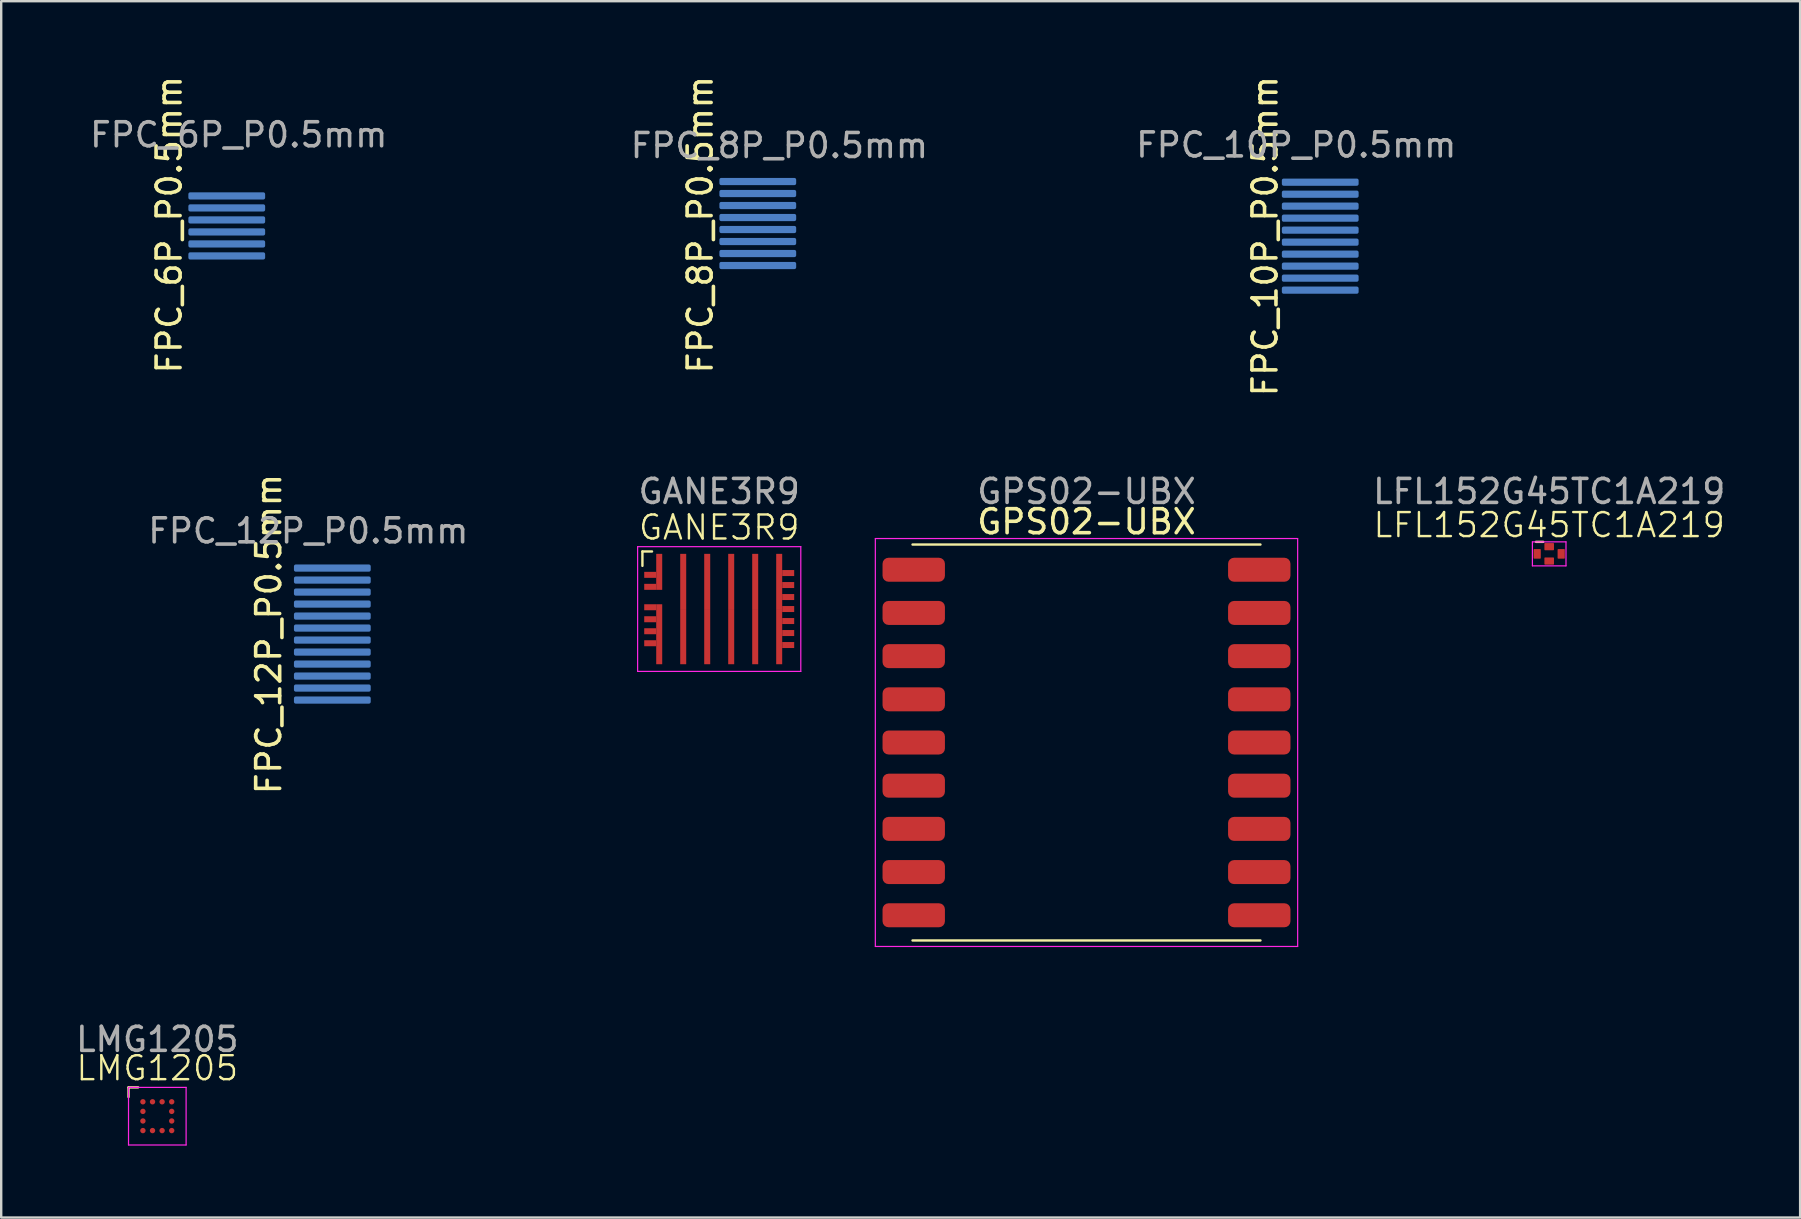
<source format=kicad_pcb>
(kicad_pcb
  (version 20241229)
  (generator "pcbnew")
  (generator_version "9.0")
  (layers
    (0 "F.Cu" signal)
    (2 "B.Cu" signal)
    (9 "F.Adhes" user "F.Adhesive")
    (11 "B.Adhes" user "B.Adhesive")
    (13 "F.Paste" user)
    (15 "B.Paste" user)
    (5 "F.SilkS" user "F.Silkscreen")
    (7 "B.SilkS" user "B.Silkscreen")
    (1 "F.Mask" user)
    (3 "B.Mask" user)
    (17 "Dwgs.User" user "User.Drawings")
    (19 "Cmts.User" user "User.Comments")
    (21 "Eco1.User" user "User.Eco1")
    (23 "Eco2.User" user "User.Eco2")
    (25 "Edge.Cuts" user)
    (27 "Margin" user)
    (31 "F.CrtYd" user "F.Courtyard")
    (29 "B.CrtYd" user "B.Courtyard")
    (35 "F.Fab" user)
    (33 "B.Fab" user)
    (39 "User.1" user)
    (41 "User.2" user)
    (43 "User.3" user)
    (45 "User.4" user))
  (footprint "FPC_6P_P0.5mm"
    (layer "F.Cu")
    (at 6.9 5.115)
    (property "Reference" "FPC_6P_P0.5mm" (at -2.9 1.2 90) (unlocked yes) (layer "F.SilkS") (effects (font (size 1 1) (thickness 0.15))))
    (attr exclude_from_bom)
    (fp_line (start -4.9 -0.5) (end -4.9 3) (stroke (width 0.1) (type default)) (layer "User.1"))
    (fp_line (start -4.9 -0.5) (end 1.1 -0.5) (stroke (width 0.1) (type default)) (layer "User.1"))
    (fp_line (start -4.9 3) (end 1.1 3) (stroke (width 0.1) (type default)) (layer "User.1"))
    (fp_line (start 1.1 -0.5) (end 1.1 3) (stroke (width 0.1) (type default)) (layer "User.1"))
    (fp_text user "${REFERENCE}" (at 0 -2.546 0) (unlocked yes) (layer "F.Fab") (effects (font (size 1 1) (thickness 0.15))))
    (fp_text user "Stiffener: Polymide" (at -6.9 4.5 0) (unlocked yes) (layer "User.1") (effects (font (size 1 1) (thickness 0.15)) (justify left bottom)))
    (fp_text user "Thickness: 0.2mm" (at -6.5 6 0) (unlocked yes) (layer "User.1") (effects (font (size 1 1) (thickness 0.15)) (justify left bottom)))
    (pad "1" connect roundrect (at -0.5 0) (size 3.2 0.3) (layers "B.Cu" "B.Mask") (roundrect_rratio 0.25))
    (pad "2" connect roundrect (at -0.5 0.5) (size 3.2 0.3) (layers "B.Cu" "B.Mask") (roundrect_rratio 0.25))
    (pad "3" connect roundrect (at -0.5 1) (size 3.2 0.3) (layers "B.Cu" "B.Mask") (roundrect_rratio 0.25))
    (pad "4" connect roundrect (at -0.5 1.5) (size 3.2 0.3) (layers "B.Cu" "B.Mask") (roundrect_rratio 0.25))
    (pad "5" connect roundrect (at -0.5 2) (size 3.2 0.3) (layers "B.Cu" "B.Mask") (roundrect_rratio 0.25))
    (pad "6" connect roundrect (at -0.5 2.5) (size 3.2 0.3) (layers "B.Cu" "B.Mask") (roundrect_rratio 0.25)))
  (footprint "FPC_12P_P0.5mm"
    (layer "F.Cu")
    (at 12.4 20.125)
    (property "Reference" "FPC_12P_P0.5mm" (at -4.25 3.25 90) (unlocked yes) (layer "F.SilkS") (effects (font (size 1 1) (thickness 0.15))))
    (attr smd exclude_from_bom)
    (fp_line (start -6 0) (end -6 6.5) (stroke (width 0.1) (type default)) (layer "User.1"))
    (fp_line (start -6 0) (end 0 0) (stroke (width 0.1) (type default)) (layer "User.1"))
    (fp_line (start -6 6.5) (end 0 6.5) (stroke (width 0.1) (type default)) (layer "User.1"))
    (fp_line (start 0 0) (end 0 6.5) (stroke (width 0.1) (type default)) (layer "User.1"))
    (fp_text user "${REFERENCE}" (at -2.6 -1.05 0) (unlocked yes) (layer "F.Fab") (effects (font (size 1 1) (thickness 0.15))))
    (fp_text user "Stiffener: Polymide 0.2mm" (at -12.4 8.25 0) (unlocked yes) (layer "User.1") (effects (font (size 1 1) (thickness 0.15)) (justify left bottom)))
    (fp_text user "Total Thickness: 0.31mm" (at -11.6 9.65 0) (unlocked yes) (layer "User.1") (effects (font (size 1 1) (thickness 0.15)) (justify left bottom)))
    (pad "1" connect roundrect (at -1.6 0.5) (size 3.2 0.3) (layers "B.Cu" "B.Mask") (roundrect_rratio 0.25))
    (pad "2" connect roundrect (at -1.6 1) (size 3.2 0.3) (layers "B.Cu" "B.Mask") (roundrect_rratio 0.25))
    (pad "3" connect roundrect (at -1.6 1.5) (size 3.2 0.3) (layers "B.Cu" "B.Mask") (roundrect_rratio 0.25))
    (pad "4" connect roundrect (at -1.6 2) (size 3.2 0.3) (layers "B.Cu" "B.Mask") (roundrect_rratio 0.25))
    (pad "5" connect roundrect (at -1.6 2.5) (size 3.2 0.3) (layers "B.Cu" "B.Mask") (roundrect_rratio 0.25))
    (pad "6" connect roundrect (at -1.6 3) (size 3.2 0.3) (layers "B.Cu" "B.Mask") (roundrect_rratio 0.25))
    (pad "7" connect roundrect (at -1.6 3.5) (size 3.2 0.3) (layers "B.Cu" "B.Mask") (roundrect_rratio 0.25))
    (pad "8" connect roundrect (at -1.6 4) (size 3.2 0.3) (layers "B.Cu" "B.Mask") (roundrect_rratio 0.25))
    (pad "9" connect roundrect (at -1.6 4.5) (size 3.2 0.3) (layers "B.Cu" "B.Mask") (roundrect_rratio 0.25))
    (pad "10" connect roundrect (at -1.6 5) (size 3.2 0.3) (layers "B.Cu" "B.Mask") (roundrect_rratio 0.25))
    (pad "11" connect roundrect (at -1.6 5.5) (size 3.2 0.3) (layers "B.Cu" "B.Mask") (roundrect_rratio 0.25))
    (pad "12" connect roundrect (at -1.6 6) (size 3.2 0.3) (layers "B.Cu" "B.Mask") (roundrect_rratio 0.25)))
  (footprint "LMG1205"
    (layer "F.Cu")
    (at 3.506 43.467)
    (property "Reference" "LMG1205" (at 0 -2 0) (unlocked yes) (layer "F.SilkS") (effects (font (size 1 1) (thickness 0.1))))
    (attr smd)
    (fp_line (start -1.2 -1.2) (end -1.2 -0.8) (stroke (width 0.1) (type default)) (layer "F.SilkS"))
    (fp_line (start -0.8 -1.2) (end -1.2 -1.2) (stroke (width 0.1) (type default)) (layer "F.SilkS"))
    (fp_line (start -1.2 -1.2) (end 1.2 -1.2) (stroke (width 0.05) (type default)) (layer "F.CrtYd"))
    (fp_line (start -1.2 1.2) (end -1.2 -1.2) (stroke (width 0.05) (type default)) (layer "F.CrtYd"))
    (fp_line (start 1.2 -1.2) (end 1.2 1.2) (stroke (width 0.05) (type default)) (layer "F.CrtYd"))
    (fp_line (start 1.2 1.2) (end -1.2 1.2) (stroke (width 0.05) (type default)) (layer "F.CrtYd"))
    (fp_text user "${REFERENCE}" (at 0 -3.2 0) (unlocked yes) (layer "F.Fab") (effects (font (size 1 1) (thickness 0.15))))
    (pad "A1" smd circle (at -0.6 -0.6) (size 0.225 0.225) (property pad_prop_bga) (layers "F.Cu" "F.Mask" "F.Paste"))
    (pad "A2" smd circle (at -0.2 -0.6) (size 0.225 0.225) (property pad_prop_bga) (layers "F.Cu" "F.Mask" "F.Paste"))
    (pad "A3" smd circle (at 0.2 -0.6) (size 0.225 0.225) (property pad_prop_bga) (layers "F.Cu" "F.Mask" "F.Paste"))
    (pad "A4" smd circle (at 0.6 -0.6) (size 0.225 0.225) (property pad_prop_bga) (layers "F.Cu" "F.Mask" "F.Paste"))
    (pad "B1" smd circle (at -0.6 -0.2) (size 0.225 0.225) (property pad_prop_bga) (layers "F.Cu" "F.Mask" "F.Paste"))
    (pad "B4" smd circle (at 0.6 -0.2) (size 0.225 0.225) (property pad_prop_bga) (layers "F.Cu" "F.Mask" "F.Paste"))
    (pad "C1" smd circle (at -0.6 0.2) (size 0.225 0.225) (property pad_prop_bga) (layers "F.Cu" "F.Mask" "F.Paste"))
    (pad "C4" smd circle (at 0.6 0.2) (size 0.225 0.225) (property pad_prop_bga) (layers "F.Cu" "F.Mask" "F.Paste"))
    (pad "D1" smd circle (at -0.6 0.6) (size 0.225 0.225) (property pad_prop_bga) (layers "F.Cu" "F.Mask" "F.Paste"))
    (pad "D2" smd circle (at -0.2 0.6) (size 0.225 0.225) (property pad_prop_bga) (layers "F.Cu" "F.Mask" "F.Paste"))
    (pad "D3" smd circle (at 0.2 0.6) (size 0.225 0.225) (property pad_prop_bga) (layers "F.Cu" "F.Mask" "F.Paste"))
    (pad "D4" smd circle (at 0.6 0.6) (size 0.225 0.225) (property pad_prop_bga) (layers "F.Cu" "F.Mask" "F.Paste")))
  (footprint "FPC_10P_P0.5mm"
    (layer "F.Cu")
    (at 53.571 4.042)
    (property "Reference" "FPC_10P_P0.5mm" (at -3.9 2.75 90) (unlocked yes) (layer "F.SilkS") (effects (font (size 1 1) (thickness 0.15))))
    (attr smd)
    (fp_line (start -6 0) (end -6 5.5) (stroke (width 0.1) (type default)) (layer "User.1"))
    (fp_line (start -6 0) (end 0 0) (stroke (width 0.1) (type default)) (layer "User.1"))
    (fp_line (start -6 5.5) (end 0 5.5) (stroke (width 0.1) (type default)) (layer "User.1"))
    (fp_line (start 0 0) (end 0 5.5) (stroke (width 0.1) (type default)) (layer "User.1"))
    (fp_text user "${REFERENCE}" (at -2.6 -1.05 0) (unlocked yes) (layer "F.Fab") (effects (font (size 1 1) (thickness 0.15))))
    (fp_text user "Total Thickness: 0.31mm" (at -11.7 8.4 0) (unlocked yes) (layer "User.1") (effects (font (size 1 1) (thickness 0.15)) (justify left bottom)))
    (fp_text user "Stiffener: Polymide 0.2mm" (at -12.5 7 0) (unlocked yes) (layer "User.1") (effects (font (size 1 1) (thickness 0.15)) (justify left bottom)))
    (pad "1" connect roundrect (at -1.6 0.5) (size 3.2 0.3) (layers "B.Cu" "B.Mask") (roundrect_rratio 0.25))
    (pad "2" connect roundrect (at -1.6 1) (size 3.2 0.3) (layers "B.Cu" "B.Mask") (roundrect_rratio 0.25))
    (pad "3" connect roundrect (at -1.6 1.5) (size 3.2 0.3) (layers "B.Cu" "B.Mask") (roundrect_rratio 0.25))
    (pad "4" connect roundrect (at -1.6 2) (size 3.2 0.3) (layers "B.Cu" "B.Mask") (roundrect_rratio 0.25))
    (pad "5" connect roundrect (at -1.6 2.5) (size 3.2 0.3) (layers "B.Cu" "B.Mask") (roundrect_rratio 0.25))
    (pad "6" connect roundrect (at -1.6 3) (size 3.2 0.3) (layers "B.Cu" "B.Mask") (roundrect_rratio 0.25))
    (pad "7" connect roundrect (at -1.6 3.5) (size 3.2 0.3) (layers "B.Cu" "B.Mask") (roundrect_rratio 0.25))
    (pad "8" connect roundrect (at -1.6 4) (size 3.2 0.3) (layers "B.Cu" "B.Mask") (roundrect_rratio 0.25))
    (pad "9" connect roundrect (at -1.6 4.5) (size 3.2 0.3) (layers "B.Cu" "B.Mask") (roundrect_rratio 0.25))
    (pad "10" connect roundrect (at -1.6 5) (size 3.2 0.3) (layers "B.Cu" "B.Mask") (roundrect_rratio 0.25)))
  (footprint "GANE3R9"
    (layer "F.Cu")
    (at 26.923 22.332)
    (property "Reference" "GANE3R9" (at 0 -3.4 0) (unlocked yes) (layer "F.SilkS") (effects (font (size 1 1) (thickness 0.1))))
    (attr smd)
    (fp_line (start -3.2 -2.4) (end -2.8 -2.4) (stroke (width 0.1) (type default)) (layer "F.SilkS"))
    (fp_line (start -3.2 -1.8) (end -3.2 -2.4) (stroke (width 0.1) (type default)) (layer "F.SilkS"))
    (fp_line (start -3.4 -2.6) (end 3.4 -2.6) (stroke (width 0.05) (type default)) (layer "F.CrtYd"))
    (fp_line (start -3.4 2.6) (end -3.4 -2.6) (stroke (width 0.05) (type default)) (layer "F.CrtYd"))
    (fp_line (start 3.4 -2.6) (end 3.4 2.6) (stroke (width 0.05) (type default)) (layer "F.CrtYd"))
    (fp_line (start 3.4 2.6) (end -3.4 2.6) (stroke (width 0.05) (type default)) (layer "F.CrtYd"))
    (fp_text user "${REFERENCE}" (at 0 -4.9 0) (unlocked yes) (layer "F.Fab") (effects (font (size 1 1) (thickness 0.15))))
    (pad "1" smd rect (at -2.875 -1.425) (size 0.5 0.25) (property pad_prop_bga) (layers "F.Cu" "F.Mask" "F.Paste"))
    (pad "2" smd rect (at -2.875 -0.925) (size 0.5 0.25) (property pad_prop_bga) (layers "F.Cu" "F.Mask" "F.Paste"))
    (pad "3" smd rect (at -2.875 -0.075) (size 0.5 0.25) (property pad_prop_bga) (layers "F.Cu" "F.Mask" "F.Paste"))
    (pad "4" smd rect (at -2.875 0.425) (size 0.5 0.25) (property pad_prop_bga) (layers "F.Cu" "F.Mask" "F.Paste"))
    (pad "5" smd rect (at -2.875 0.925) (size 0.5 0.25) (property pad_prop_bga) (layers "F.Cu" "F.Mask" "F.Paste"))
    (pad "6" smd rect (at -2.875 1.425) (size 0.5 0.25) (property pad_prop_bga) (layers "F.Cu" "F.Mask" "F.Paste"))
    (pad "7" smd rect (at -2.5 1.05 90) (size 2.5 0.25) (property pad_prop_bga) (layers "F.Cu" "F.Mask" "F.Paste"))
    (pad "8" smd rect (at -1.5 1.15 90) (size 2.3 0.25) (property pad_prop_bga) (layers "F.Cu" "F.Mask" "F.Paste"))
    (pad "9" smd rect (at -0.5 1.15 90) (size 2.3 0.25) (property pad_prop_bga) (layers "F.Cu" "F.Mask" "F.Paste"))
    (pad "10" smd rect (at 0.5 1.15 90) (size 2.3 0.25) (property pad_prop_bga) (layers "F.Cu" "F.Mask" "F.Paste"))
    (pad "11" smd rect (at 1.5 1.15 90) (size 2.3 0.25) (property pad_prop_bga) (layers "F.Cu" "F.Mask" "F.Paste"))
    (pad "12" smd rect (at 2.5 1.15 90) (size 2.3 0.25) (property pad_prop_bga) (layers "F.Cu" "F.Mask" "F.Paste"))
    (pad "13" smd rect (at 2.875 1.5 180) (size 0.5 0.25) (property pad_prop_bga) (layers "F.Cu" "F.Mask" "F.Paste"))
    (pad "14" smd rect (at 2.875 1 180) (size 0.5 0.25) (property pad_prop_bga) (layers "F.Cu" "F.Mask" "F.Paste"))
    (pad "15" smd rect (at 2.875 0.5 180) (size 0.5 0.25) (property pad_prop_bga) (layers "F.Cu" "F.Mask" "F.Paste"))
    (pad "16" smd rect (at 2.875 0 180) (size 0.5 0.25) (property pad_prop_bga) (layers "F.Cu" "F.Mask" "F.Paste"))
    (pad "17" smd rect (at 2.875 -0.5 180) (size 0.5 0.25) (property pad_prop_bga) (layers "F.Cu" "F.Mask" "F.Paste"))
    (pad "18" smd rect (at 2.875 -1 180) (size 0.5 0.25) (property pad_prop_bga) (layers "F.Cu" "F.Mask" "F.Paste"))
    (pad "19" smd rect (at 2.875 -1.5 180) (size 0.5 0.25) (property pad_prop_bga) (layers "F.Cu" "F.Mask" "F.Paste"))
    (pad "20" smd rect (at 2.5 -1.15 270) (size 2.3 0.25) (property pad_prop_bga) (layers "F.Cu" "F.Mask" "F.Paste"))
    (pad "21" smd rect (at 1.5 -1.15 270) (size 2.3 0.25) (property pad_prop_bga) (layers "F.Cu" "F.Mask" "F.Paste"))
    (pad "22" smd rect (at 0.5 -1.15 270) (size 2.3 0.25) (property pad_prop_bga) (layers "F.Cu" "F.Mask" "F.Paste"))
    (pad "23" smd rect (at -0.5 -1.15 270) (size 2.3 0.25) (property pad_prop_bga) (layers "F.Cu" "F.Mask" "F.Paste"))
    (pad "24" smd rect (at -1.5 -1.15 270) (size 2.3 0.25) (property pad_prop_bga) (layers "F.Cu" "F.Mask" "F.Paste"))
    (pad "25" smd rect (at -2.5 -1.55 270) (size 1.5 0.25) (property pad_prop_bga) (layers "F.Cu" "F.Mask" "F.Paste")))
  (footprint "GPS02-UBX"
    (layer "F.Cu")
    (at 42.23 27.894)
    (property "Reference" "GPS02-UBX" (at 0 -9.2 0) (unlocked yes) (layer "F.SilkS") (effects (font (size 1 1) (thickness 0.15))))
    (attr smd)
    (fp_line (start 7.25 -8.25) (end -7.25 -8.25) (stroke (width 0.1) (type default)) (layer "F.SilkS"))
    (fp_line (start 7.25 8.25) (end -7.25 8.25) (stroke (width 0.1) (type default)) (layer "F.SilkS"))
    (fp_line (start -8.8 -8.5) (end 8.8 -8.5) (stroke (width 0.05) (type default)) (layer "F.CrtYd"))
    (fp_line (start -8.8 8.5) (end -8.8 -8.5) (stroke (width 0.05) (type default)) (layer "F.CrtYd"))
    (fp_line (start 8.8 -8.5) (end 8.8 8.5) (stroke (width 0.05) (type default)) (layer "F.CrtYd"))
    (fp_line (start 8.8 8.5) (end -8.8 8.5) (stroke (width 0.05) (type default)) (layer "F.CrtYd"))
    (fp_text user "${REFERENCE}" (at 0 -10.462 0) (unlocked yes) (layer "F.Fab") (effects (font (size 1 1) (thickness 0.15))))
    (pad "1" smd roundrect (at -7.2 -7.2) (size 2.6 1) (layers "F.Cu" "F.Mask" "F.Paste") (roundrect_rratio 0.25))
    (pad "2" smd roundrect (at -7.2 -5.4) (size 2.6 1) (layers "F.Cu" "F.Mask" "F.Paste") (roundrect_rratio 0.25))
    (pad "3" smd roundrect (at -7.2 -3.6) (size 2.6 1) (layers "F.Cu" "F.Mask" "F.Paste") (roundrect_rratio 0.25))
    (pad "4" smd roundrect (at -7.2 -1.8) (size 2.6 1) (layers "F.Cu" "F.Mask" "F.Paste") (roundrect_rratio 0.25))
    (pad "5" smd roundrect (at -7.2 0) (size 2.6 1) (layers "F.Cu" "F.Mask" "F.Paste") (roundrect_rratio 0.25))
    (pad "6" smd roundrect (at -7.2 1.8) (size 2.6 1) (layers "F.Cu" "F.Mask" "F.Paste") (roundrect_rratio 0.25))
    (pad "7" smd roundrect (at -7.2 3.6) (size 2.6 1) (layers "F.Cu" "F.Mask" "F.Paste") (roundrect_rratio 0.25))
    (pad "8" smd roundrect (at -7.2 5.4) (size 2.6 1) (layers "F.Cu" "F.Mask" "F.Paste") (roundrect_rratio 0.25))
    (pad "9" smd roundrect (at -7.2 7.2) (size 2.6 1) (layers "F.Cu" "F.Mask" "F.Paste") (roundrect_rratio 0.25))
    (pad "10" smd roundrect (at 7.2 7.2) (size 2.6 1) (layers "F.Cu" "F.Mask" "F.Paste") (roundrect_rratio 0.25))
    (pad "11" smd roundrect (at 7.2 5.4) (size 2.6 1) (layers "F.Cu" "F.Mask" "F.Paste") (roundrect_rratio 0.25))
    (pad "12" smd roundrect (at 7.2 3.6) (size 2.6 1) (layers "F.Cu" "F.Mask" "F.Paste") (roundrect_rratio 0.25))
    (pad "13" smd roundrect (at 7.2 1.8) (size 2.6 1) (layers "F.Cu" "F.Mask" "F.Paste") (roundrect_rratio 0.25))
    (pad "14" smd roundrect (at 7.2 0) (size 2.6 1) (layers "F.Cu" "F.Mask" "F.Paste") (roundrect_rratio 0.25))
    (pad "15" smd roundrect (at 7.2 -1.8) (size 2.6 1) (layers "F.Cu" "F.Mask" "F.Paste") (roundrect_rratio 0.25))
    (pad "16" smd roundrect (at 7.2 -3.6) (size 2.6 1) (layers "F.Cu" "F.Mask" "F.Paste") (roundrect_rratio 0.25))
    (pad "17" smd roundrect (at 7.2 -5.4) (size 2.6 1) (layers "F.Cu" "F.Mask" "F.Paste") (roundrect_rratio 0.25))
    (pad "18" smd roundrect (at 7.2 -7.2) (size 2.6 1) (layers "F.Cu" "F.Mask" "F.Paste") (roundrect_rratio 0.25)))
  (footprint "FPC_8P_P0.5mm"
    (layer "F.Cu")
    (at 30.131 4.015)
    (property "Reference" "FPC_8P_P0.5mm" (at -4 2.3 90) (unlocked yes) (layer "F.SilkS") (effects (font (size 1 1) (thickness 0.15))))
    (attr smd)
    (fp_line (start -6 0) (end -6 4.5) (stroke (width 0.1) (type default)) (layer "User.1"))
    (fp_line (start -6 0) (end 0 0) (stroke (width 0.1) (type default)) (layer "User.1"))
    (fp_line (start -6 4.5) (end 0 4.5) (stroke (width 0.1) (type default)) (layer "User.1"))
    (fp_line (start 0 0) (end 0 4.5) (stroke (width 0.1) (type default)) (layer "User.1"))
    (fp_text user "${REFERENCE}" (at -0.7 -1 0) (unlocked yes) (layer "F.Fab") (effects (font (size 1 1) (thickness 0.15))))
    (fp_text user "Stiffener: Polymide 0.2mm" (at -12.5 5.9 0) (unlocked yes) (layer "User.1") (effects (font (size 1 1) (thickness 0.15)) (justify left bottom)))
    (fp_text user "Total Thickness: 0.31mm" (at -11.7 7.3 0) (unlocked yes) (layer "User.1") (effects (font (size 1 1) (thickness 0.15)) (justify left bottom)))
    (pad "1" connect roundrect (at -1.6 0.5) (size 3.2 0.3) (layers "B.Cu" "B.Mask") (roundrect_rratio 0.25))
    (pad "2" connect roundrect (at -1.6 1) (size 3.2 0.3) (layers "B.Cu" "B.Mask") (roundrect_rratio 0.25))
    (pad "3" connect roundrect (at -1.6 1.5) (size 3.2 0.3) (layers "B.Cu" "B.Mask") (roundrect_rratio 0.25))
    (pad "4" connect roundrect (at -1.6 2) (size 3.2 0.3) (layers "B.Cu" "B.Mask") (roundrect_rratio 0.25))
    (pad "5" connect roundrect (at -1.6 2.5) (size 3.2 0.3) (layers "B.Cu" "B.Mask") (roundrect_rratio 0.25))
    (pad "6" connect roundrect (at -1.6 3) (size 3.2 0.3) (layers "B.Cu" "B.Mask") (roundrect_rratio 0.25))
    (pad "7" connect roundrect (at -1.6 3.5) (size 3.2 0.3) (layers "B.Cu" "B.Mask") (roundrect_rratio 0.25))
    (pad "8" connect roundrect (at -1.6 4) (size 3.2 0.3) (layers "B.Cu" "B.Mask") (roundrect_rratio 0.25)))
  (footprint "LFL152G45TC1A219"
    (layer "F.Cu")
    (at 61.513 20.032)
    (property "Reference" "LFL152G45TC1A219" (at 0 -1.2 0) (unlocked yes) (layer "F.SilkS") (effects (font (size 1 1) (thickness 0.1))))
    (attr smd)
    (fp_line (start -0.55 -0.5) (end -0.25 -0.5) (stroke (width 0.1) (type default)) (layer "F.SilkS"))
    (fp_line (start -0.7 -0.5) (end 0.7 -0.5) (stroke (width 0.05) (type default)) (layer "F.CrtYd"))
    (fp_line (start -0.7 0.5) (end -0.7 -0.5) (stroke (width 0.05) (type default)) (layer "F.CrtYd"))
    (fp_line (start 0.7 -0.5) (end 0.7 0.5) (stroke (width 0.05) (type default)) (layer "F.CrtYd"))
    (fp_line (start 0.7 0.5) (end -0.7 0.5) (stroke (width 0.05) (type default)) (layer "F.CrtYd"))
    (fp_text user "${REFERENCE}" (at 0 -2.6 0) (unlocked yes) (layer "F.Fab") (effects (font (size 1 1) (thickness 0.15))))
    (pad "1" smd roundrect (at 0 -0.3) (size 0.4 0.3) (layers "F.Cu" "F.Mask" "F.Paste") (roundrect_rratio 0.1))
    (pad "2" smd roundrect (at 0.5 0) (size 0.3 0.4) (layers "F.Cu" "F.Mask" "F.Paste") (roundrect_rratio 0.1))
    (pad "3" smd roundrect (at 0 0.3) (size 0.4 0.3) (layers "F.Cu" "F.Mask" "F.Paste") (roundrect_rratio 0.1))
    (pad "4" smd roundrect (at -0.5 0) (size 0.3 0.4) (layers "F.Cu" "F.Mask" "F.Paste") (roundrect_rratio 0.1)))
  (gr_rect
    (start -3 -3)
    (end 71.971 47.692)
    (stroke (width 0.1) (type default))
    (fill no)
    (layer "Edge.Cuts")))
</source>
